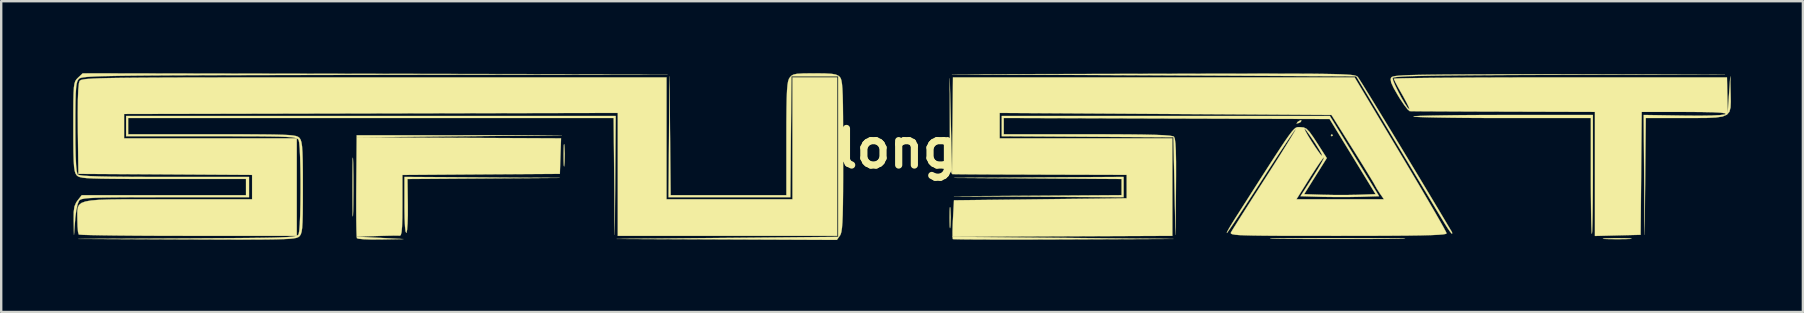
<source format=kicad_pcb>
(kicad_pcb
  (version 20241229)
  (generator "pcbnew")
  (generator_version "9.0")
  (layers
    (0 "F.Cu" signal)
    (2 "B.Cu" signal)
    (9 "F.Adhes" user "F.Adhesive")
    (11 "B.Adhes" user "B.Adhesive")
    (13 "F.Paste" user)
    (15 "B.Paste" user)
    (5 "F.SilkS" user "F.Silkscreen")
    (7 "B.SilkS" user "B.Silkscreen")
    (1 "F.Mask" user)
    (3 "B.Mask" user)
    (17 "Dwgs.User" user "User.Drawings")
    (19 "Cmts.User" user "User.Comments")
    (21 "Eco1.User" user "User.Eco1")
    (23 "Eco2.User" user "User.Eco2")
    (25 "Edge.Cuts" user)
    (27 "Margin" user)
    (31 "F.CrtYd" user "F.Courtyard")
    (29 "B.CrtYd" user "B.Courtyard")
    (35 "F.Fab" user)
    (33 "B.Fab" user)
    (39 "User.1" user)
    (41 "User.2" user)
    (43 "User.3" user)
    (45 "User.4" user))
  (footprint "long2"
    (layer "F.Cu")
    (at 35.057 3.138)
    (property "Reference" "long2" (at 0 0 0) (layer "F.SilkS") (effects (font (size 1.524 1.524) (thickness 0.3))))
    (attr through_hole)
    (fp_poly (pts (xy -23.239 3.675) (xy -23.241 3.674) (xy -23.239 3.674) (xy -23.239 3.675)) (stroke (width 0.01) (type solid)) (fill yes) (layer "F.SilkS"))
    (fp_poly (pts (xy 1.571 1.049) (xy 1.571 1.058) (xy 1.571 1.049) (xy 1.571 1.049)) (stroke (width 0.01) (type solid)) (fill yes) (layer "F.SilkS"))
    (fp_poly (pts (xy 1.591 3.681) (xy 1.591 3.681) (xy 1.566 3.681) (xy 1.591 3.681) (xy 1.591 3.681)) (stroke (width 0.01) (type solid)) (fill yes) (layer "F.SilkS"))
    (fp_poly (pts (xy 17.441 -0.55) (xy 17.399 -0.508) (xy 17.357 -0.55) (xy 17.399 -0.593) (xy 17.441 -0.55)) (stroke (width 0.01) (type solid)) (fill yes) (layer "F.SilkS"))
    (fp_poly (pts (xy 16.131 -1.169) (xy 16.106 -1.106) (xy 16.027 -1.064) (xy 15.928 -1.038) (xy 15.968 -1.1) (xy 15.979 -1.111) (xy 16.09 -1.178) (xy 16.131 -1.169)) (stroke (width 0.01) (type solid)) (fill yes) (layer "F.SilkS"))
    (fp_poly (pts (xy -22.267 3.725) (xy -21.294 3.776) (xy -22.241 3.793) (xy -22.624 3.794) (xy -22.941 3.783) (xy -23.156 3.763) (xy -23.232 3.74) (xy -23.239 3.675) (xy -22.267 3.725)) (stroke (width 0.01) (type solid)) (fill yes) (layer "F.SilkS"))
    (fp_poly (pts (xy 8.721 2.032) (xy 5.186 2.012) (xy 1.651 1.992) (xy 8.636 1.945) (xy 8.636 1.272) (xy 5.144 1.249) (xy 1.651 1.226) (xy 8.721 1.185) (xy 8.721 2.032)) (stroke (width 0.01) (type solid)) (fill yes) (layer "F.SilkS"))
    (fp_poly (pts (xy 1.523 -0.931) (xy 1.571 1.049) (xy 1.552 1.026) (xy 1.525 0.895) (xy 1.505 0.659) (xy 1.491 0.304) (xy 1.482 -0.187) (xy 1.479 -0.829) (xy 1.479 -0.931) (xy 1.475 -2.921) (xy 1.523 -0.931)) (stroke (width 0.01) (type solid)) (fill yes) (layer "F.SilkS"))
    (fp_poly (pts (xy -14.585 -0.108) (xy -14.572 0.211) (xy -14.579 0.565) (xy -14.585 0.654) (xy -14.598 0.753) (xy -14.609 0.697) (xy -14.616 0.503) (xy -14.617 0.296) (xy -14.614 0.009) (xy -14.606 -0.155) (xy -14.595 -0.179) (xy -14.585 -0.108)) (stroke (width 0.01) (type solid)) (fill yes) (layer "F.SilkS"))
    (fp_poly (pts (xy 1.501 2.519) (xy 1.515 2.856) (xy 1.504 3.203) (xy 1.501 3.239) (xy 1.487 3.323) (xy 1.476 3.255) (xy 1.47 3.05) (xy 1.469 2.879) (xy 1.472 2.604) (xy 1.481 2.456) (xy 1.493 2.451) (xy 1.501 2.519)) (stroke (width 0.01) (type solid)) (fill yes) (layer "F.SilkS"))
    (fp_poly (pts (xy 6.181 3.725) (xy 10.795 3.77) (xy 6.216 3.79) (xy 5.352 3.793) (xy 4.54 3.795) (xy 3.795 3.795) (xy 3.133 3.794) (xy 2.57 3.792) (xy 2.122 3.789) (xy 1.803 3.784) (xy 1.629 3.779) (xy 1.602 3.775) (xy 1.591 3.681) (xy 6.181 3.725)) (stroke (width 0.01) (type solid)) (fill yes) (layer "F.SilkS"))
    (fp_poly (pts (xy 29.615 3.74) (xy 29.782 3.747) (xy 29.893 3.759) (xy 29.849 3.768) (xy 29.664 3.775) (xy 29.353 3.778) (xy 29.295 3.778) (xy 28.965 3.776) (xy 28.76 3.77) (xy 28.694 3.76) (xy 28.78 3.749) (xy 28.808 3.747) (xy 29.195 3.735) (xy 29.615 3.74)) (stroke (width 0.01) (type solid)) (fill yes) (layer "F.SilkS"))
    (fp_poly (pts (xy -23.396 0.428) (xy -23.389 0.614) (xy -23.38 1.149) (xy -23.379 1.758) (xy -23.384 2.343) (xy -23.389 2.603) (xy -23.397 2.797) (xy -23.403 2.831) (xy -23.409 2.716) (xy -23.413 2.461) (xy -23.415 2.077) (xy -23.416 1.609) (xy -23.415 1.112) (xy -23.413 0.736) (xy -23.408 0.49) (xy -23.403 0.384) (xy -23.396 0.428)) (stroke (width 0.01) (type solid)) (fill yes) (layer "F.SilkS"))
    (fp_poly (pts (xy -18.013 1.205) (xy -14.774 1.226) (xy -17.949 1.249) (xy -21.124 1.272) (xy -21.11 2.371) (xy -21.11 2.785) (xy -21.121 3.136) (xy -21.141 3.389) (xy -21.168 3.512) (xy -21.173 3.518) (xy -21.204 3.457) (xy -21.228 3.248) (xy -21.244 2.911) (xy -21.251 2.468) (xy -21.251 2.376) (xy -21.251 1.185) (xy -18.013 1.205)) (stroke (width 0.01) (type solid)) (fill yes) (layer "F.SilkS"))
    (fp_poly (pts (xy 18.809 3.739) (xy 19.635 3.744) (xy 19.912 3.747) (xy 20.252 3.751) (xy 20.43 3.755) (xy 20.451 3.759) (xy 20.322 3.762) (xy 20.05 3.765) (xy 19.641 3.767) (xy 19.101 3.769) (xy 18.438 3.77) (xy 17.657 3.771) (xy 17.653 3.771) (xy 16.87 3.77) (xy 16.203 3.769) (xy 15.659 3.767) (xy 15.244 3.765) (xy 14.965 3.762) (xy 14.828 3.759) (xy 14.841 3.755) (xy 15.01 3.751) (xy 15.34 3.747) (xy 16.108 3.741) (xy 16.983 3.737) (xy 17.904 3.737) (xy 18.809 3.739)) (stroke (width 0.01) (type solid)) (fill yes) (layer "F.SilkS"))
    (fp_poly (pts (xy -18.965 -0.508) (xy -23.241 -0.463) (xy -14.725 -0.423) (xy -14.75 0.318) (xy -14.774 1.058) (xy -18.055 1.08) (xy -21.336 1.103) (xy -21.336 2.375) (xy -21.339 2.891) (xy -21.351 3.256) (xy -21.372 3.489) (xy -21.404 3.608) (xy -21.442 3.634) (xy -21.568 3.631) (xy -21.821 3.633) (xy -22.159 3.641) (xy -22.394 3.648) (xy -23.239 3.674) (xy -23.243 3.639) (xy -23.252 3.393) (xy -23.258 3.024) (xy -23.261 2.558) (xy -23.261 2.017) (xy -23.258 1.56) (xy -23.241 -0.55) (xy -18.965 -0.552) (xy -14.69 -0.553) (xy -18.965 -0.508)) (stroke (width 0.01) (type solid)) (fill yes) (layer "F.SilkS"))
    (fp_poly (pts (xy 28.279 1.079) (xy 28.277 1.707) (xy 28.273 2.277) (xy 28.267 2.767) (xy 28.259 3.156) (xy 28.25 3.424) (xy 28.239 3.549) (xy 28.236 3.556) (xy 28.225 3.475) (xy 28.216 3.246) (xy 28.207 2.89) (xy 28.201 2.428) (xy 28.196 1.882) (xy 28.194 1.272) (xy 28.194 1.143) (xy 28.194 -1.27) (xy 24.516 -1.27) (xy 23.743 -1.271) (xy 23.024 -1.275) (xy 22.376 -1.282) (xy 21.816 -1.29) (xy 21.361 -1.3) (xy 21.03 -1.312) (xy 20.839 -1.325) (xy 20.799 -1.333) (xy 20.872 -1.347) (xy 21.098 -1.359) (xy 21.46 -1.37) (xy 21.941 -1.379) (xy 22.524 -1.387) (xy 23.193 -1.393) (xy 23.93 -1.396) (xy 24.519 -1.397) (xy 28.279 -1.397) (xy 28.279 1.079)) (stroke (width 0.01) (type solid)) (fill yes) (layer "F.SilkS"))
    (fp_poly (pts (xy 15.364 -3.119) (xy 16.046 -3.117) (xy 16.619 -3.114) (xy 17.092 -3.108) (xy 17.475 -3.101) (xy 17.778 -3.092) (xy 18.012 -3.081) (xy 18.184 -3.068) (xy 18.307 -3.052) (xy 18.39 -3.034) (xy 18.442 -3.013) (xy 18.474 -2.989) (xy 18.478 -2.985) (xy 18.542 -2.89) (xy 18.683 -2.667) (xy 18.89 -2.332) (xy 19.155 -1.902) (xy 19.465 -1.394) (xy 19.812 -0.824) (xy 20.185 -0.209) (xy 20.574 0.433) (xy 20.969 1.087) (xy 21.359 1.736) (xy 21.735 2.362) (xy 22.086 2.95) (xy 22.403 3.482) (xy 22.409 3.493) (xy 22.411 3.555) (xy 22.405 3.556) (xy 22.342 3.49) (xy 22.222 3.317) (xy 22.092 3.111) (xy 21.988 2.939) (xy 21.808 2.641) (xy 21.564 2.235) (xy 21.267 1.741) (xy 20.928 1.178) (xy 20.559 0.564) (xy 20.172 -0.081) (xy 20.118 -0.169) (xy 18.415 -3.006) (xy 9.991 -3.049) (xy 1.566 -3.092) (xy 9.956 -3.112) (xy 11.337 -3.115) (xy 12.558 -3.118) (xy 13.629 -3.119) (xy 14.561 -3.12) (xy 15.364 -3.119)) (stroke (width 0.01) (type solid)) (fill yes) (layer "F.SilkS"))
    (fp_poly (pts (xy -3.738 -3.129) (xy -3.454 -3.113) (xy -3.272 -3.081) (xy -3.159 -3.028) (xy -3.106 -2.98) (xy -3.07 -2.925) (xy -3.04 -2.837) (xy -3.017 -2.698) (xy -2.999 -2.493) (xy -2.986 -2.206) (xy -2.977 -1.818) (xy -2.972 -1.315) (xy -2.969 -0.679) (xy -2.968 0.106) (xy -2.968 0.306) (xy -2.968 1.135) (xy -2.971 1.811) (xy -2.977 2.35) (xy -2.986 2.769) (xy -2.999 3.085) (xy -3.017 3.312) (xy -3.04 3.469) (xy -3.069 3.571) (xy -3.097 3.625) (xy -3.227 3.81) (xy -7.815 3.79) (xy -12.404 3.77) (xy -7.789 3.726) (xy -3.175 3.683) (xy -3.175 -3.006) (xy -5.122 -3.006) (xy -5.145 -0.487) (xy -5.167 2.032) (xy -10.245 2.032) (xy -10.225 -0.487) (xy -10.205 -3.006) (xy -10.181 -0.529) (xy -10.157 1.947) (xy -5.334 1.947) (xy -5.334 -0.404) (xy -5.333 -1.116) (xy -5.328 -1.677) (xy -5.32 -2.108) (xy -5.306 -2.427) (xy -5.287 -2.653) (xy -5.26 -2.807) (xy -5.225 -2.907) (xy -5.202 -2.944) (xy -5.132 -3.028) (xy -5.037 -3.082) (xy -4.884 -3.114) (xy -4.639 -3.128) (xy -4.266 -3.133) (xy -4.157 -3.133) (xy -3.738 -3.129)) (stroke (width 0.01) (type solid)) (fill yes) (layer "F.SilkS"))
    (fp_poly (pts (xy -10.329 2.117) (xy -5.08 2.117) (xy -5.08 -2.963) (xy -3.217 -2.963) (xy -3.217 3.641) (xy -12.361 3.641) (xy -12.361 1.079) (xy -12.361 -1.482) (xy -32.935 -1.438) (xy -32.935 -0.423) (xy -25.739 -0.423) (xy -25.739 3.641) (xy -30.254 3.641) (xy -31.113 3.64) (xy -31.921 3.637) (xy -32.661 3.632) (xy -33.318 3.626) (xy -33.877 3.618) (xy -34.321 3.609) (xy -34.635 3.6) (xy -34.802 3.589) (xy -34.826 3.584) (xy -34.855 3.477) (xy -34.875 3.249) (xy -34.883 2.962) (xy -34.886 2.761) (xy -34.884 2.595) (xy -34.865 2.46) (xy -34.812 2.353) (xy -34.712 2.27) (xy -34.55 2.21) (xy -34.311 2.167) (xy -33.981 2.14) (xy -33.545 2.124) (xy -32.99 2.117) (xy -32.3 2.116) (xy -31.461 2.117) (xy -31.087 2.117) (xy -27.601 2.117) (xy -27.601 1.102) (xy -31.221 1.08) (xy -34.84 1.058) (xy -34.863 -0.786) (xy -34.867 -1.473) (xy -34.861 -2.03) (xy -34.845 -2.445) (xy -34.82 -2.708) (xy -34.797 -2.796) (xy -34.782 -2.819) (xy -34.758 -2.84) (xy -34.717 -2.859) (xy -34.651 -2.875) (xy -34.551 -2.89) (xy -34.409 -2.903) (xy -34.216 -2.915) (xy -33.966 -2.925) (xy -33.649 -2.933) (xy -33.257 -2.94) (xy -32.783 -2.946) (xy -32.217 -2.951) (xy -31.552 -2.955) (xy -30.78 -2.958) (xy -29.891 -2.96) (xy -28.879 -2.961) (xy -27.735 -2.962) (xy -26.45 -2.963) (xy -25.017 -2.963) (xy -23.426 -2.963) (xy -22.518 -2.963) (xy -10.329 -2.963) (xy -10.329 2.117)) (stroke (width 0.01) (type solid)) (fill yes) (layer "F.SilkS"))
    (fp_poly (pts (xy -12.466 1.122) (xy -12.486 3.598) (xy -12.509 1.164) (xy -12.533 -1.27) (xy -32.766 -1.27) (xy -32.766 -0.593) (xy -29.265 -0.593) (xy -28.401 -0.592) (xy -27.69 -0.591) (xy -27.117 -0.587) (xy -26.667 -0.581) (xy -26.322 -0.572) (xy -26.068 -0.559) (xy -25.888 -0.541) (xy -25.768 -0.518) (xy -25.691 -0.49) (xy -25.641 -0.454) (xy -25.625 -0.438) (xy -25.579 -0.368) (xy -25.544 -0.26) (xy -25.519 -0.091) (xy -25.502 0.159) (xy -25.491 0.514) (xy -25.486 0.994) (xy -25.485 1.622) (xy -25.485 1.623) (xy -25.486 2.244) (xy -25.49 2.718) (xy -25.499 3.066) (xy -25.514 3.311) (xy -25.538 3.475) (xy -25.571 3.579) (xy -25.616 3.647) (xy -25.64 3.67) (xy -25.685 3.701) (xy -25.758 3.727) (xy -25.872 3.748) (xy -26.039 3.765) (xy -26.275 3.777) (xy -26.593 3.787) (xy -27.005 3.793) (xy -27.527 3.796) (xy -28.171 3.797) (xy -28.952 3.795) (xy -29.882 3.791) (xy -30.317 3.79) (xy -34.84 3.769) (xy -30.292 3.747) (xy -29.297 3.741) (xy -28.458 3.736) (xy -27.761 3.73) (xy -27.192 3.723) (xy -26.739 3.715) (xy -26.388 3.704) (xy -26.125 3.691) (xy -25.937 3.675) (xy -25.81 3.655) (xy -25.73 3.631) (xy -25.685 3.602) (xy -25.662 3.571) (xy -25.635 3.436) (xy -25.614 3.163) (xy -25.597 2.783) (xy -25.587 2.328) (xy -25.582 1.828) (xy -25.582 1.314) (xy -25.588 0.819) (xy -25.599 0.373) (xy -25.616 0.007) (xy -25.638 -0.248) (xy -25.662 -0.353) (xy -25.69 -0.391) (xy -25.74 -0.422) (xy -25.827 -0.447) (xy -25.967 -0.467) (xy -26.176 -0.482) (xy -26.467 -0.493) (xy -26.858 -0.5) (xy -27.363 -0.505) (xy -27.998 -0.507) (xy -28.778 -0.508) (xy -29.298 -0.508) (xy -32.851 -0.508) (xy -32.851 -1.355) (xy -12.446 -1.355) (xy -12.466 1.122)) (stroke (width 0.01) (type solid)) (fill yes) (layer "F.SilkS"))
    (fp_poly (pts (xy -10.287 -3.09) (xy -22.487 -3.069) (xy -24.166 -3.066) (xy -25.684 -3.063) (xy -27.049 -3.06) (xy -28.27 -3.057) (xy -29.354 -3.054) (xy -30.31 -3.05) (xy -31.145 -3.046) (xy -31.869 -3.041) (xy -32.49 -3.035) (xy -33.015 -3.029) (xy -33.453 -3.021) (xy -33.812 -3.013) (xy -34.1 -3.003) (xy -34.326 -2.992) (xy -34.497 -2.98) (xy -34.623 -2.965) (xy -34.711 -2.95) (xy -34.769 -2.932) (xy -34.805 -2.913) (xy -34.827 -2.893) (xy -34.874 -2.823) (xy -34.909 -2.713) (xy -34.934 -2.542) (xy -34.951 -2.289) (xy -34.961 -1.929) (xy -34.966 -1.443) (xy -34.967 -0.878) (xy -34.964 -0.199) (xy -34.954 0.323) (xy -34.936 0.7) (xy -34.911 0.945) (xy -34.876 1.07) (xy -34.866 1.084) (xy -34.793 1.111) (xy -34.625 1.133) (xy -34.351 1.151) (xy -33.96 1.164) (xy -33.441 1.174) (xy -32.783 1.181) (xy -31.975 1.185) (xy -31.246 1.185) (xy -27.728 1.185) (xy -27.728 2.032) (xy -31.21 2.032) (xy -32.077 2.033) (xy -32.789 2.035) (xy -33.363 2.039) (xy -33.815 2.045) (xy -34.159 2.055) (xy -34.411 2.069) (xy -34.587 2.087) (xy -34.702 2.111) (xy -34.772 2.14) (xy -34.809 2.172) (xy -34.871 2.321) (xy -34.929 2.586) (xy -34.971 2.912) (xy -34.974 2.955) (xy -35.024 3.598) (xy -35.038 2.996) (xy -35.036 2.65) (xy -35.005 2.419) (xy -34.933 2.251) (xy -34.877 2.17) (xy -34.701 1.947) (xy -27.855 1.947) (xy -27.855 1.27) (xy -31.314 1.27) (xy -32.172 1.27) (xy -32.877 1.268) (xy -33.445 1.264) (xy -33.891 1.258) (xy -34.231 1.249) (xy -34.481 1.236) (xy -34.657 1.218) (xy -34.774 1.194) (xy -34.85 1.165) (xy -34.898 1.129) (xy -34.912 1.115) (xy -34.958 1.045) (xy -34.994 0.935) (xy -35.019 0.765) (xy -35.036 0.511) (xy -35.046 0.152) (xy -35.051 -0.334) (xy -35.052 -0.902) (xy -35.052 -1.51) (xy -35.049 -1.971) (xy -35.041 -2.308) (xy -35.027 -2.545) (xy -35.003 -2.705) (xy -34.968 -2.81) (xy -34.92 -2.883) (xy -34.857 -2.948) (xy -34.856 -2.949) (xy -34.659 -3.133) (xy -10.287 -3.09)) (stroke (width 0.01) (type solid)) (fill yes) (layer "F.SilkS"))
    (fp_poly (pts (xy 26.879 -3.069) (xy 25.598 -3.065) (xy 24.476 -3.06) (xy 23.505 -3.054) (xy 22.674 -3.047) (xy 21.974 -3.04) (xy 21.395 -3.031) (xy 20.929 -3.021) (xy 20.564 -3.009) (xy 20.293 -2.995) (xy 20.104 -2.98) (xy 19.989 -2.962) (xy 19.937 -2.942) (xy 19.933 -2.937) (xy 19.954 -2.831) (xy 20.037 -2.633) (xy 20.16 -2.38) (xy 20.301 -2.114) (xy 20.441 -1.875) (xy 20.556 -1.701) (xy 20.625 -1.635) (xy 20.631 -1.637) (xy 20.607 -1.72) (xy 20.514 -1.912) (xy 20.371 -2.176) (xy 20.322 -2.262) (xy 20.163 -2.544) (xy 20.044 -2.768) (xy 19.984 -2.895) (xy 19.981 -2.908) (xy 20.064 -2.917) (xy 20.303 -2.925) (xy 20.687 -2.932) (xy 21.202 -2.939) (xy 21.837 -2.946) (xy 22.579 -2.951) (xy 23.414 -2.956) (xy 24.332 -2.959) (xy 25.318 -2.962) (xy 26.362 -2.963) (xy 26.924 -2.963) (xy 33.867 -2.963) (xy 33.883 -2.223) (xy 33.899 -1.482) (xy 33.951 -2.244) (xy 34.004 -3.006) (xy 34.02 -2.278) (xy 34.026 -1.955) (xy 34.016 -1.71) (xy 33.969 -1.531) (xy 33.865 -1.409) (xy 33.684 -1.332) (xy 33.405 -1.291) (xy 33.009 -1.273) (xy 32.475 -1.27) (xy 32.104 -1.27) (xy 30.483 -1.27) (xy 30.459 1.164) (xy 30.435 3.598) (xy 30.415 1.101) (xy 30.395 -1.397) (xy 32.06 -1.372) (xy 32.711 -1.367) (xy 33.218 -1.374) (xy 33.576 -1.391) (xy 33.775 -1.419) (xy 33.812 -1.436) (xy 33.779 -1.468) (xy 33.602 -1.493) (xy 33.276 -1.51) (xy 32.794 -1.52) (xy 32.149 -1.524) (xy 32.107 -1.524) (xy 30.313 -1.524) (xy 30.268 3.598) (xy 29.316 3.622) (xy 28.363 3.646) (xy 28.363 -1.524) (xy 24.553 -1.535) (xy 23.764 -1.537) (xy 23.026 -1.54) (xy 22.356 -1.543) (xy 21.771 -1.546) (xy 21.291 -1.548) (xy 20.931 -1.551) (xy 20.709 -1.554) (xy 20.644 -1.556) (xy 20.557 -1.629) (xy 20.413 -1.814) (xy 20.236 -2.077) (xy 20.165 -2.192) (xy 19.974 -2.523) (xy 19.872 -2.745) (xy 19.849 -2.889) (xy 19.871 -2.954) (xy 19.899 -2.979) (xy 19.954 -3) (xy 20.048 -3.019) (xy 20.193 -3.035) (xy 20.397 -3.048) (xy 20.673 -3.059) (xy 21.032 -3.068) (xy 21.483 -3.075) (xy 22.038 -3.081) (xy 22.707 -3.085) (xy 23.502 -3.088) (xy 24.432 -3.09) (xy 25.509 -3.091) (xy 26.744 -3.091) (xy 26.87 -3.091) (xy 33.782 -3.092) (xy 26.879 -3.069)) (stroke (width 0.01) (type solid)) (fill yes) (layer "F.SilkS"))
    (fp_poly (pts (xy 20.266 0.235) (xy 20.666 0.904) (xy 21.038 1.531) (xy 21.372 2.1) (xy 21.661 2.595) (xy 21.895 3.002) (xy 22.065 3.304) (xy 22.162 3.488) (xy 22.183 3.537) (xy 22.147 3.56) (xy 22.034 3.581) (xy 21.832 3.597) (xy 21.53 3.611) (xy 21.117 3.622) (xy 20.584 3.63) (xy 19.919 3.635) (xy 19.11 3.639) (xy 18.149 3.64) (xy 17.65 3.641) (xy 16.659 3.64) (xy 15.824 3.64) (xy 15.133 3.638) (xy 14.571 3.634) (xy 14.127 3.628) (xy 13.787 3.62) (xy 13.537 3.609) (xy 13.366 3.594) (xy 13.259 3.576) (xy 13.204 3.553) (xy 13.187 3.526) (xy 13.197 3.493) (xy 13.2 3.487) (xy 13.266 3.378) (xy 13.411 3.146) (xy 13.622 2.811) (xy 13.889 2.392) (xy 14.197 1.909) (xy 14.535 1.381) (xy 14.604 1.275) (xy 14.94 0.749) (xy 15.243 0.271) (xy 15.501 -0.142) (xy 15.703 -0.471) (xy 15.839 -0.697) (xy 15.896 -0.805) (xy 15.897 -0.81) (xy 15.846 -0.749) (xy 15.716 -0.562) (xy 15.517 -0.266) (xy 15.261 0.121) (xy 14.96 0.582) (xy 14.624 1.101) (xy 14.483 1.32) (xy 14.134 1.861) (xy 13.812 2.355) (xy 13.53 2.785) (xy 13.299 3.133) (xy 13.13 3.38) (xy 13.037 3.509) (xy 13.023 3.523) (xy 13.033 3.478) (xy 13.119 3.319) (xy 13.266 3.076) (xy 13.373 2.906) (xy 13.905 2.074) (xy 14.353 1.372) (xy 14.726 0.791) (xy 15.031 0.319) (xy 15.277 -0.056) (xy 15.471 -0.345) (xy 15.621 -0.558) (xy 15.736 -0.708) (xy 15.824 -0.805) (xy 15.854 -0.829) (xy 16.256 -0.829) (xy 16.297 -0.728) (xy 16.404 -0.539) (xy 16.549 -0.304) (xy 16.707 -0.062) (xy 16.852 0.146) (xy 16.956 0.28) (xy 16.994 0.307) (xy 16.967 0.224) (xy 16.864 0.038) (xy 16.705 -0.217) (xy 16.644 -0.309) (xy 16.467 -0.566) (xy 16.333 -0.75) (xy 16.262 -0.831) (xy 16.256 -0.829) (xy 15.854 -0.829) (xy 15.892 -0.86) (xy 15.948 -0.885) (xy 16.001 -0.891) (xy 16.058 -0.889) (xy 16.082 -0.889) (xy 16.224 -0.877) (xy 16.342 -0.821) (xy 16.466 -0.695) (xy 16.628 -0.47) (xy 16.775 -0.244) (xy 17.19 0.401) (xy 16.717 1.153) (xy 16.245 1.905) (xy 17.017 1.929) (xy 17.482 1.938) (xy 17.997 1.939) (xy 18.457 1.931) (xy 18.506 1.929) (xy 19.223 1.905) (xy 18.264 0.339) (xy 17.305 -1.228) (xy 10.515 -1.249) (xy 3.725 -1.271) (xy 3.725 -0.593) (xy 7.222 -0.593) (xy 8.149 -0.591) (xy 8.919 -0.587) (xy 9.54 -0.58) (xy 10.026 -0.569) (xy 10.386 -0.554) (xy 10.632 -0.535) (xy 10.775 -0.511) (xy 10.82 -0.491) (xy 10.855 -0.403) (xy 10.881 -0.21) (xy 10.897 0.102) (xy 10.906 0.547) (xy 10.906 1.139) (xy 10.903 1.604) (xy 10.884 3.598) (xy 10.795 -0.466) (xy 3.641 -0.51) (xy 3.641 -1.355) (xy 17.317 -1.355) (xy 18.343 0.318) (xy 19.37 1.99) (xy 18.579 2.014) (xy 18.113 2.022) (xy 17.576 2.023) (xy 17.064 2.017) (xy 16.94 2.014) (xy 16.091 1.99) (xy 16.601 1.196) (xy 16.802 0.876) (xy 16.959 0.611) (xy 17.055 0.432) (xy 17.076 0.368) (xy 17.021 0.422) (xy 16.895 0.594) (xy 16.717 0.859) (xy 16.505 1.189) (xy 16.483 1.225) (xy 15.925 2.117) (xy 19.57 2.117) (xy 19.408 1.884) (xy 19.278 1.683) (xy 19.19 1.525) (xy 19.19 1.524) (xy 19.129 1.415) (xy 18.992 1.188) (xy 18.795 0.865) (xy 18.553 0.473) (xy 18.28 0.036) (xy 18.257 0) (xy 17.382 -1.397) (xy 10.469 -1.439) (xy 3.556 -1.482) (xy 3.556 -0.953) (xy 3.556 -0.423) (xy 10.753 -0.423) (xy 10.753 3.641) (xy 6.16 3.661) (xy 1.591 3.681) (xy 1.59 3.457) (xy 1.599 3.142) (xy 1.609 2.95) (xy 1.651 2.159) (xy 8.848 2.074) (xy 8.848 1.1) (xy 5.271 1.09) (xy 4.506 1.087) (xy 3.792 1.085) (xy 3.148 1.082) (xy 2.59 1.079) (xy 2.138 1.076) (xy 1.81 1.073) (xy 1.623 1.07) (xy 1.587 1.069) (xy 1.571 1.049) (xy 1.59 -0.953) (xy 1.609 -2.963) (xy 18.349 -2.963) (xy 20.266 0.235)) (stroke (width 0.01) (type solid)) (fill yes) (layer "F.SilkS")))
  (gr_rect
    (start -3 -3)
    (end 72.088 9.953)
    (stroke (width 0.1) (type default))
    (fill no)
    (layer "Edge.Cuts")))
</source>
